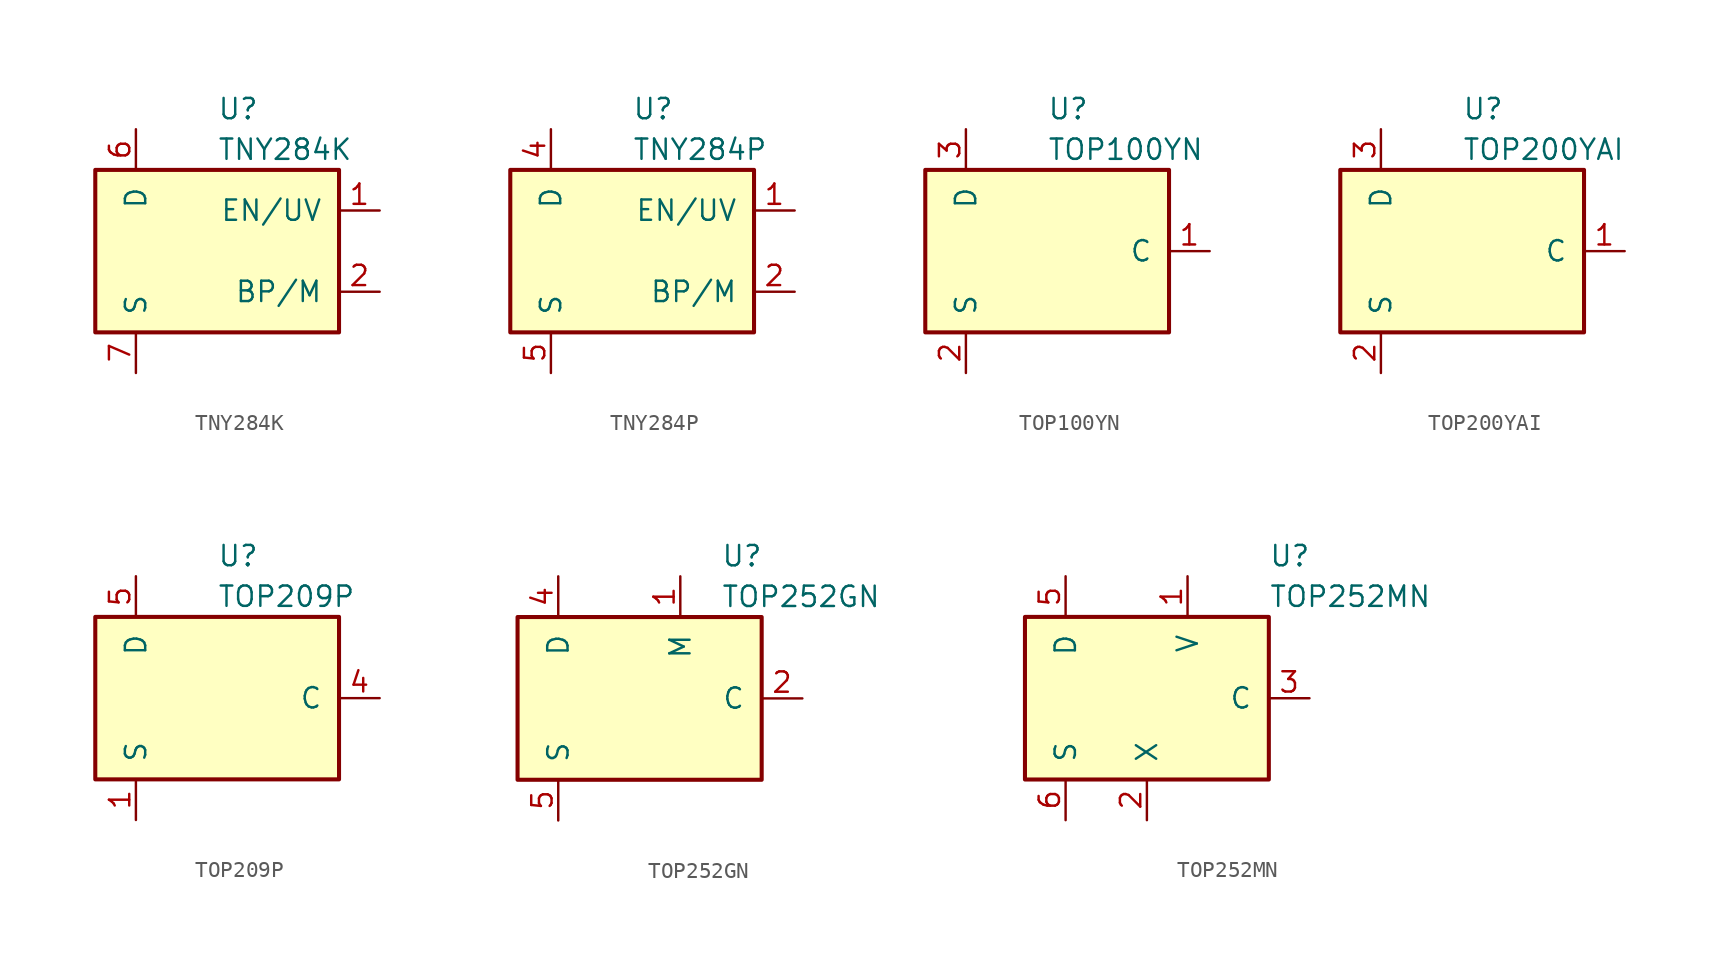
<source format=kicad_sym>
(kicad_symbol_lib
  (version 20201005)
  (generator kicad_symbol_editor)
  (symbol "TNY284K"
    (pin_names
      (offset 1.016))
    (property "Reference" "U"
      (at 0 8.89 0)
      (effects (font (size 1.27 1.27)) (justify left)))
    (property "Value" "TNY284K"
      (at 0 6.35 0)
      (effects (font (size 1.27 1.27)) (justify left)))
    (symbol "TNY284K_0_1"
      (rectangle (start -7.62 5.08) (end 7.62 -5.08) (stroke (width 0.254)) (fill (type background))))
    (symbol "TNY284K_1_1"
      (pin input line (at 10.16 2.54 180) (length 2.54) (name "EN/UV" (effects (font (size 1.27 1.27)))) (number "1" (effects (font (size 1.27 1.27)))))
      (pin open_emitter line (at -5.08 -7.62 90) (length 2.54) hide (name "S" (effects (font (size 1.27 1.27)))) (number "10" (effects (font (size 1.27 1.27)))))
      (pin open_emitter line (at -5.08 -7.62 90) (length 2.54) hide (name "S" (effects (font (size 1.27 1.27)))) (number "11" (effects (font (size 1.27 1.27)))))
      (pin open_emitter line (at -5.08 -7.62 90) (length 2.54) hide (name "S" (effects (font (size 1.27 1.27)))) (number "12" (effects (font (size 1.27 1.27)))))
      (pin open_emitter line (at -5.08 -7.62 90) (length 2.54) hide (name "S" (effects (font (size 1.27 1.27)))) (number "13" (effects (font (size 1.27 1.27)))))
      (pin input line (at 10.16 -2.54 180) (length 2.54) (name "BP/M" (effects (font (size 1.27 1.27)))) (number "2" (effects (font (size 1.27 1.27)))))
      (pin no_connect line (at -2.54 5.08 270) (length 2.54) hide (name "NC" (effects (font (size 1.27 1.27)))) (number "3" (effects (font (size 1.27 1.27)))))
      (pin no_connect line (at 0 5.08 270) (length 2.54) hide (name "NC" (effects (font (size 1.27 1.27)))) (number "4" (effects (font (size 1.27 1.27)))))
      (pin open_collector line (at -5.08 7.62 270) (length 2.54) (name "D" (effects (font (size 1.27 1.27)))) (number "6" (effects (font (size 1.27 1.27)))))
      (pin open_emitter line (at -5.08 -7.62 90) (length 2.54) (name "S" (effects (font (size 1.27 1.27)))) (number "7" (effects (font (size 1.27 1.27)))))
      (pin open_emitter line (at -5.08 -7.62 90) (length 2.54) hide (name "S" (effects (font (size 1.27 1.27)))) (number "8" (effects (font (size 1.27 1.27)))))
      (pin open_emitter line (at -5.08 -7.62 90) (length 2.54) hide (name "S" (effects (font (size 1.27 1.27)))) (number "9" (effects (font (size 1.27 1.27)))))))
  (symbol "TNY284P"
    (pin_names
      (offset 1.016))
    (property "Reference" "U"
      (at 0 8.89 0)
      (effects (font (size 1.27 1.27)) (justify left)))
    (property "Value" "TNY284P"
      (at 0 6.35 0)
      (effects (font (size 1.27 1.27)) (justify left)))
    (symbol "TNY284P_0_1"
      (rectangle (start -7.62 5.08) (end 7.62 -5.08) (stroke (width 0.254)) (fill (type background))))
    (symbol "TNY284P_1_1"
      (pin input line (at 10.16 2.54 180) (length 2.54) (name "EN/UV" (effects (font (size 1.27 1.27)))) (number "1" (effects (font (size 1.27 1.27)))))
      (pin input line (at 10.16 -2.54 180) (length 2.54) (name "BP/M" (effects (font (size 1.27 1.27)))) (number "2" (effects (font (size 1.27 1.27)))))
      (pin open_collector line (at -5.08 7.62 270) (length 2.54) (name "D" (effects (font (size 1.27 1.27)))) (number "4" (effects (font (size 1.27 1.27)))))
      (pin open_emitter line (at -5.08 -7.62 90) (length 2.54) (name "S" (effects (font (size 1.27 1.27)))) (number "5" (effects (font (size 1.27 1.27)))))
      (pin open_emitter line (at -5.08 -7.62 90) (length 2.54) hide (name "S" (effects (font (size 1.27 1.27)))) (number "6" (effects (font (size 1.27 1.27)))))
      (pin open_emitter line (at -5.08 -7.62 90) (length 2.54) hide (name "S" (effects (font (size 1.27 1.27)))) (number "7" (effects (font (size 1.27 1.27)))))
      (pin open_emitter line (at -5.08 -7.62 90) (length 2.54) hide (name "S" (effects (font (size 1.27 1.27)))) (number "8" (effects (font (size 1.27 1.27)))))))
  (symbol "TOP100YN"
    (pin_names
      (offset 1.016))
    (property "Reference" "U"
      (at 0 8.89 0)
      (effects (font (size 1.27 1.27)) (justify left)))
    (property "Value" "TOP100YN"
      (at 0 6.35 0)
      (effects (font (size 1.27 1.27)) (justify left)))
    (symbol "TOP100YN_0_1"
      (rectangle (start -7.62 5.08) (end 7.62 -5.08) (stroke (width 0.254)) (fill (type background))))
    (symbol "TOP100YN_1_1"
      (pin input line (at 10.16 0 180) (length 2.54) (name "C" (effects (font (size 1.27 1.27)))) (number "1" (effects (font (size 1.27 1.27)))))
      (pin open_emitter line (at -5.08 -7.62 90) (length 2.54) (name "S" (effects (font (size 1.27 1.27)))) (number "2" (effects (font (size 1.27 1.27)))))
      (pin open_collector line (at -5.08 7.62 270) (length 2.54) (name "D" (effects (font (size 1.27 1.27)))) (number "3" (effects (font (size 1.27 1.27)))))))
  (symbol "TOP200YAI"
    (pin_names
      (offset 1.016))
    (property "Reference" "U"
      (at 0 8.89 0)
      (effects (font (size 1.27 1.27)) (justify left)))
    (property "Value" "TOP200YAI"
      (at 0 6.35 0)
      (effects (font (size 1.27 1.27)) (justify left)))
    (symbol "TOP200YAI_0_1"
      (rectangle (start -7.62 5.08) (end 7.62 -5.08) (stroke (width 0.254)) (fill (type background))))
    (symbol "TOP200YAI_1_1"
      (pin input line (at 10.16 0 180) (length 2.54) (name "C" (effects (font (size 1.27 1.27)))) (number "1" (effects (font (size 1.27 1.27)))))
      (pin open_emitter line (at -5.08 -7.62 90) (length 2.54) (name "S" (effects (font (size 1.27 1.27)))) (number "2" (effects (font (size 1.27 1.27)))))
      (pin open_collector line (at -5.08 7.62 270) (length 2.54) (name "D" (effects (font (size 1.27 1.27)))) (number "3" (effects (font (size 1.27 1.27)))))))
  (symbol "TOP209P"
    (pin_names
      (offset 1.016))
    (property "Reference" "U"
      (at 0 8.89 0)
      (effects (font (size 1.27 1.27)) (justify left)))
    (property "Value" "TOP209P"
      (at 0 6.35 0)
      (effects (font (size 1.27 1.27)) (justify left)))
    (symbol "TOP209P_0_1"
      (rectangle (start -7.62 5.08) (end 7.62 -5.08) (stroke (width 0.254)) (fill (type background))))
    (symbol "TOP209P_1_1"
      (pin open_emitter line (at -5.08 -7.62 90) (length 2.54) (name "S" (effects (font (size 1.27 1.27)))) (number "1" (effects (font (size 1.27 1.27)))))
      (pin no_connect line (at -2.54 -5.08 90) (length 2.54) hide (name "NC" (effects (font (size 1.27 1.27)))) (number "2" (effects (font (size 1.27 1.27)))))
      (pin no_connect line (at 0 -5.08 90) (length 2.54) hide (name "NC" (effects (font (size 1.27 1.27)))) (number "3" (effects (font (size 1.27 1.27)))))
      (pin input line (at 10.16 0 180) (length 2.54) (name "C" (effects (font (size 1.27 1.27)))) (number "4" (effects (font (size 1.27 1.27)))))
      (pin open_collector line (at -5.08 7.62 270) (length 2.54) (name "D" (effects (font (size 1.27 1.27)))) (number "5" (effects (font (size 1.27 1.27)))))
      (pin no_connect line (at 2.54 -5.08 90) (length 2.54) hide (name "NC" (effects (font (size 1.27 1.27)))) (number "6" (effects (font (size 1.27 1.27)))))
      (pin no_connect line (at 5.08 -5.08 90) (length 2.54) hide (name "NC" (effects (font (size 1.27 1.27)))) (number "7" (effects (font (size 1.27 1.27)))))
      (pin open_emitter line (at -5.08 -7.62 90) (length 2.54) hide (name "S" (effects (font (size 1.27 1.27)))) (number "8" (effects (font (size 1.27 1.27)))))))
  (symbol "TOP252GN"
    (pin_names
      (offset 1.016))
    (property "Reference" "U"
      (at 5.08 8.89 0)
      (effects (font (size 1.27 1.27)) (justify left)))
    (property "Value" "TOP252GN"
      (at 5.08 6.35 0)
      (effects (font (size 1.27 1.27)) (justify left)))
    (symbol "TOP252GN_0_1"
      (rectangle (start -7.62 5.08) (end 7.62 -5.08) (stroke (width 0.254)) (fill (type background))))
    (symbol "TOP252GN_1_1"
      (pin input line (at 2.54 7.62 270) (length 2.54) (name "M" (effects (font (size 1.27 1.27)))) (number "1" (effects (font (size 1.27 1.27)))))
      (pin input line (at 10.16 0 180) (length 2.54) (name "C" (effects (font (size 1.27 1.27)))) (number "2" (effects (font (size 1.27 1.27)))))
      (pin open_collector line (at -5.08 7.62 270) (length 2.54) (name "D" (effects (font (size 1.27 1.27)))) (number "4" (effects (font (size 1.27 1.27)))))
      (pin open_emitter line (at -5.08 -7.62 90) (length 2.54) (name "S" (effects (font (size 1.27 1.27)))) (number "5" (effects (font (size 1.27 1.27)))))
      (pin open_emitter line (at -5.08 -7.62 90) (length 2.54) hide (name "S" (effects (font (size 1.27 1.27)))) (number "6" (effects (font (size 1.27 1.27)))))
      (pin open_emitter line (at -5.08 -7.62 90) (length 2.54) hide (name "S" (effects (font (size 1.27 1.27)))) (number "7" (effects (font (size 1.27 1.27)))))
      (pin open_emitter line (at -5.08 -7.62 90) (length 2.54) hide (name "S" (effects (font (size 1.27 1.27)))) (number "8" (effects (font (size 1.27 1.27)))))))
  (symbol "TOP252MN"
    (pin_names
      (offset 1.016))
    (property "Reference" "U"
      (at 7.62 8.89 0)
      (effects (font (size 1.27 1.27)) (justify left)))
    (property "Value" "TOP252MN"
      (at 7.62 6.35 0)
      (effects (font (size 1.27 1.27)) (justify left)))
    (symbol "TOP252MN_0_1"
      (rectangle (start -7.62 5.08) (end 7.62 -5.08) (stroke (width 0.254)) (fill (type background))))
    (symbol "TOP252MN_1_1"
      (pin input line (at 2.54 7.62 270) (length 2.54) (name "V" (effects (font (size 1.27 1.27)))) (number "1" (effects (font (size 1.27 1.27)))))
      (pin open_emitter line (at -5.08 -7.62 90) (length 2.54) hide (name "S" (effects (font (size 1.27 1.27)))) (number "10" (effects (font (size 1.27 1.27)))))
      (pin input line (at 0 -7.62 90) (length 2.54) (name "X" (effects (font (size 1.27 1.27)))) (number "2" (effects (font (size 1.27 1.27)))))
      (pin input line (at 10.16 0 180) (length 2.54) (name "C" (effects (font (size 1.27 1.27)))) (number "3" (effects (font (size 1.27 1.27)))))
      (pin open_collector line (at -5.08 7.62 270) (length 2.54) (name "D" (effects (font (size 1.27 1.27)))) (number "5" (effects (font (size 1.27 1.27)))))
      (pin open_emitter line (at -5.08 -7.62 90) (length 2.54) (name "S" (effects (font (size 1.27 1.27)))) (number "6" (effects (font (size 1.27 1.27)))))
      (pin open_emitter line (at -5.08 -7.62 90) (length 2.54) hide (name "S" (effects (font (size 1.27 1.27)))) (number "7" (effects (font (size 1.27 1.27)))))
      (pin open_emitter line (at -5.08 -7.62 90) (length 2.54) hide (name "S" (effects (font (size 1.27 1.27)))) (number "8" (effects (font (size 1.27 1.27)))))
      (pin open_emitter line (at -5.08 -7.62 90) (length 2.54) hide (name "S" (effects (font (size 1.27 1.27)))) (number "9" (effects (font (size 1.27 1.27))))))))
</source>
